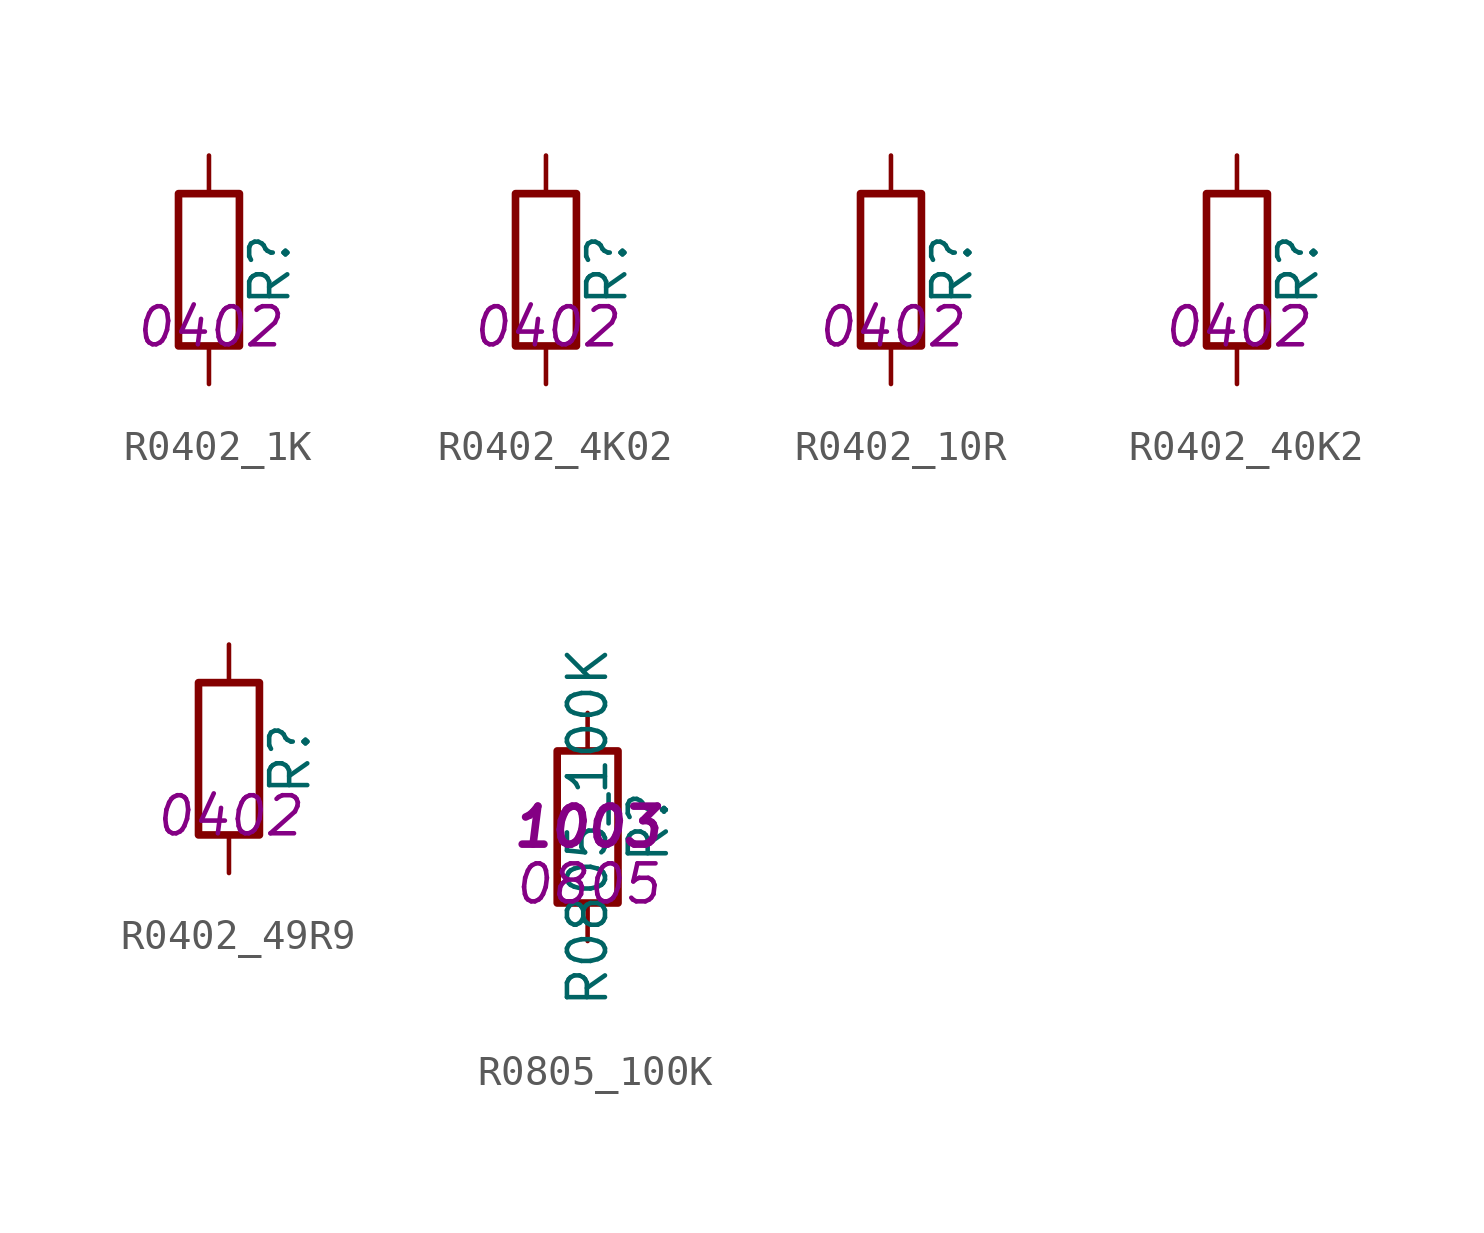
<source format=kicad_sym>
(kicad_symbol_lib
  (version 20211014)
  (generator kicad_symbol_editor)
  (symbol "R0402_1K"
    (pin_numbers hide)
    (pin_names
      (offset 0))
    (property "Reference" "R"
      (at 2.032 0 90)
      (effects (font (size 1.27 1.27))))
    (property "Case" "0402"
      (at 0 -1.905 0)
      (effects (font (size 1.27 1.27) italic)))
    (symbol "R0402_1K_0_1"
      (rectangle (start -1.016 -2.54) (end 1.016 2.54) (stroke (width 0.254) (type default) (color 0 0 0 0)) (fill (type none))))
    (symbol "R0402_1K_1_1"
      (pin passive line (at 0 3.81 270) (length 1.27) (name "~" (effects (font (size 1.27 1.27)))) (number "1" (effects (font (size 1.27 1.27)))))
      (pin passive line (at 0 -3.81 90) (length 1.27) (name "~" (effects (font (size 1.27 1.27)))) (number "2" (effects (font (size 1.27 1.27)))))))
  (symbol "R0402_4K02"
    (pin_numbers hide)
    (pin_names
      (offset 0))
    (property "Reference" "R"
      (at 2.032 0 90)
      (effects (font (size 1.27 1.27))))
    (property "Case" "0402"
      (at 0 -1.905 0)
      (effects (font (size 1.27 1.27) italic)))
    (symbol "R0402_4K02_0_1"
      (rectangle (start -1.016 -2.54) (end 1.016 2.54) (stroke (width 0.254) (type default) (color 0 0 0 0)) (fill (type none))))
    (symbol "R0402_4K02_1_1"
      (pin passive line (at 0 3.81 270) (length 1.27) (name "~" (effects (font (size 1.27 1.27)))) (number "1" (effects (font (size 1.27 1.27)))))
      (pin passive line (at 0 -3.81 90) (length 1.27) (name "~" (effects (font (size 1.27 1.27)))) (number "2" (effects (font (size 1.27 1.27)))))))
  (symbol "R0402_10R"
    (pin_numbers hide)
    (pin_names
      (offset 0))
    (property "Reference" "R"
      (at 2.032 0 90)
      (effects (font (size 1.27 1.27))))
    (property "Case" "0402"
      (at 0 -1.905 0)
      (effects (font (size 1.27 1.27) italic)))
    (symbol "R0402_10R_0_1"
      (rectangle (start -1.016 -2.54) (end 1.016 2.54) (stroke (width 0.254) (type default) (color 0 0 0 0)) (fill (type none))))
    (symbol "R0402_10R_1_1"
      (pin passive line (at 0 3.81 270) (length 1.27) (name "~" (effects (font (size 1.27 1.27)))) (number "1" (effects (font (size 1.27 1.27)))))
      (pin passive line (at 0 -3.81 90) (length 1.27) (name "~" (effects (font (size 1.27 1.27)))) (number "2" (effects (font (size 1.27 1.27)))))))
  (symbol "R0402_40K2"
    (pin_numbers hide)
    (pin_names
      (offset 0))
    (property "Reference" "R"
      (at 2.032 0 90)
      (effects (font (size 1.27 1.27))))
    (property "Case" "0402"
      (at 0 -1.905 0)
      (effects (font (size 1.27 1.27) italic)))
    (symbol "R0402_40K2_0_1"
      (rectangle (start -1.016 -2.54) (end 1.016 2.54) (stroke (width 0.254) (type default) (color 0 0 0 0)) (fill (type none))))
    (symbol "R0402_40K2_1_1"
      (pin passive line (at 0 3.81 270) (length 1.27) (name "~" (effects (font (size 1.27 1.27)))) (number "1" (effects (font (size 1.27 1.27)))))
      (pin passive line (at 0 -3.81 90) (length 1.27) (name "~" (effects (font (size 1.27 1.27)))) (number "2" (effects (font (size 1.27 1.27)))))))
  (symbol "R0402_49R9"
    (pin_numbers hide)
    (pin_names
      (offset 0))
    (property "Reference" "R"
      (at 2.032 0 90)
      (effects (font (size 1.27 1.27))))
    (property "Case" "0402"
      (at 0 -1.905 0)
      (effects (font (size 1.27 1.27) italic)))
    (symbol "R0402_49R9_0_1"
      (rectangle (start -1.016 -2.54) (end 1.016 2.54) (stroke (width 0.254) (type default) (color 0 0 0 0)) (fill (type none))))
    (symbol "R0402_49R9_1_1"
      (pin passive line (at 0 3.81 270) (length 1.27) (name "~" (effects (font (size 1.27 1.27)))) (number "1" (effects (font (size 1.27 1.27)))))
      (pin passive line (at 0 -3.81 90) (length 1.27) (name "~" (effects (font (size 1.27 1.27)))) (number "2" (effects (font (size 1.27 1.27)))))))
  (symbol "R0805_100K"
    (pin_numbers hide)
    (pin_names
      (offset 0))
    (property "Reference" "R"
      (at 2.032 0 90)
      (effects (font (size 1.27 1.27))))
    (property "Value" "R0805_100K"
      (at 0 0 90)
      (effects (font (size 1.27 1.27))))
    (property "Case" "0805"
      (at 0 -1.905 0)
      (effects (font (size 1.27 1.27) italic)))
    (property "Mark" "1003"
      (at 0 0 0)
      (effects (font (size 1.27 1.27) bold italic)))
    (symbol "R0805_100K_0_1"
      (rectangle (start -1.016 -2.54) (end 1.016 2.54) (stroke (width 0.254) (type default) (color 0 0 0 0)) (fill (type none))))
    (symbol "R0805_100K_1_1"
      (pin passive line (at 0 3.81 270) (length 1.27) (name "~" (effects (font (size 1.27 1.27)))) (number "1" (effects (font (size 1.27 1.27)))))
      (pin passive line (at 0 -3.81 90) (length 1.27) (name "~" (effects (font (size 1.27 1.27)))) (number "2" (effects (font (size 1.27 1.27))))))))
</source>
